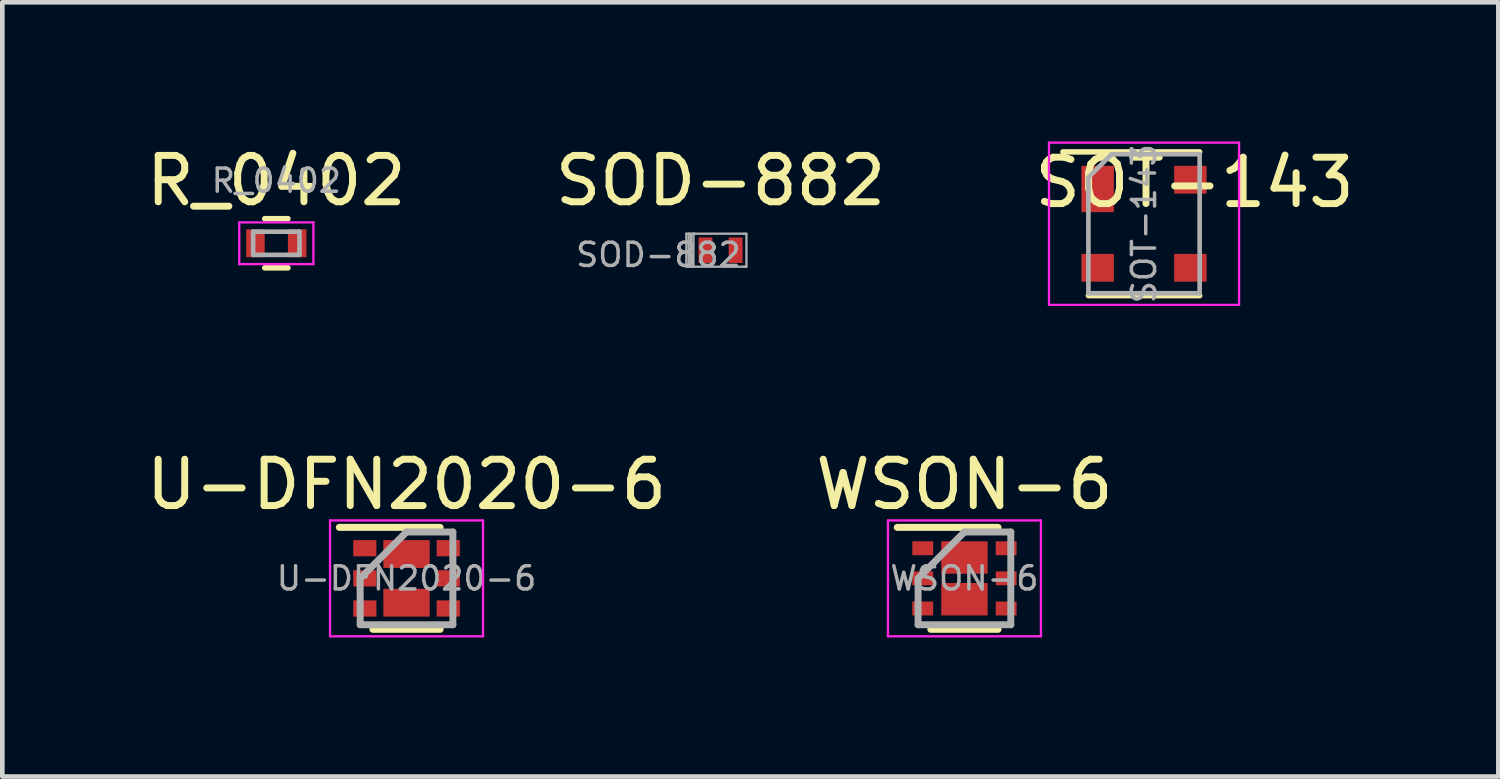
<source format=kicad_pcb>
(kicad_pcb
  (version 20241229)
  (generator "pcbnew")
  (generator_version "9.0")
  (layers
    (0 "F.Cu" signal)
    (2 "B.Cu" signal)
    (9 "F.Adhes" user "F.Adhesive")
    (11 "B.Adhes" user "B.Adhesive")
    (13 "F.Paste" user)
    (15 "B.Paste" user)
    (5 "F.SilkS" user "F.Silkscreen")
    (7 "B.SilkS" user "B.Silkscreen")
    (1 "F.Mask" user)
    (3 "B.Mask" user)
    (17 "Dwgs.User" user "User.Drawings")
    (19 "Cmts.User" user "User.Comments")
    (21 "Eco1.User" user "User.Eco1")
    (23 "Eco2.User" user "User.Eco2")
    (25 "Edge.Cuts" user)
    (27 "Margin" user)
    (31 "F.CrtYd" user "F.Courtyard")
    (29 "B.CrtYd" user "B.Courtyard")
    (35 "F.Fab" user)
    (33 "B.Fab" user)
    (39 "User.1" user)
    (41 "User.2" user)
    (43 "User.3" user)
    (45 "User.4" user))
  (footprint "SOT-143"
    (layer "F.Cu")
    (at 21.63 1.777)
    (property "Reference" "SOT-143" (at 1.09 -0.89 0) (layer "F.SilkS") (effects (font (size 1 1) (thickness 0.15))))
    (attr smd)
    (fp_line (start -1.2 1.55) (end 1.2 1.55) (stroke (width 0.12) (type solid)) (layer "F.SilkS"))
    (fp_line (start 1.2 -1.55) (end -1.75 -1.55) (stroke (width 0.12) (type solid)) (layer "F.SilkS"))
    (fp_line (start -2.05 1.75) (end -2.05 -1.75) (stroke (width 0.05) (type solid)) (layer "F.CrtYd"))
    (fp_line (start -2.05 1.75) (end 2.05 1.75) (stroke (width 0.05) (type solid)) (layer "F.CrtYd"))
    (fp_line (start 2.05 -1.75) (end -2.05 -1.75) (stroke (width 0.05) (type solid)) (layer "F.CrtYd"))
    (fp_line (start 2.05 -1.75) (end 2.05 1.75) (stroke (width 0.05) (type solid)) (layer "F.CrtYd"))
    (fp_line (start -1.2 -1) (end -0.7 -1.5) (stroke (width 0.1) (type solid)) (layer "F.Fab"))
    (fp_line (start -1.2 1.5) (end -1.2 -1) (stroke (width 0.1) (type solid)) (layer "F.Fab"))
    (fp_line (start -0.7 -1.5) (end 1.2 -1.5) (stroke (width 0.1) (type solid)) (layer "F.Fab"))
    (fp_line (start 1.2 -1.5) (end 1.2 1.5) (stroke (width 0.1) (type solid)) (layer "F.Fab"))
    (fp_line (start 1.2 1.5) (end -1.2 1.5) (stroke (width 0.1) (type solid)) (layer "F.Fab"))
    (fp_text user "${REFERENCE}" (at 0 0 90) (layer "F.Fab") (effects (font (size 0.5 0.5) (thickness 0.075))))
    (pad "1" smd rect (at -1 -0.75) (size 0.7 1) (layers "F.Cu" "F.Mask" "F.Paste"))
    (pad "2" smd rect (at -1 0.95) (size 0.7 0.6) (layers "F.Cu" "F.Mask" "F.Paste"))
    (pad "3" smd rect (at 1 0.95) (size 0.7 0.6) (layers "F.Cu" "F.Mask" "F.Paste"))
    (pad "4" smd rect (at 1 -0.95) (size 0.7 0.6) (layers "F.Cu" "F.Mask" "F.Paste")))
  (footprint "U-DFN2020-6"
    (layer "F.Cu")
    (at 5.72 9.427)
    (property "Reference" "U-DFN2020-6" (at 0 -2.025 0) (layer "F.SilkS") (effects (font (size 1 1) (thickness 0.15))))
    (attr smd)
    (fp_line (start -1.45 -1.1) (end 0.725 -1.1) (stroke (width 0.15) (type solid)) (layer "F.SilkS"))
    (fp_line (start -0.725 1.1) (end 0.725 1.1) (stroke (width 0.15) (type solid)) (layer "F.SilkS"))
    (fp_line (start -1.65 -1.25) (end -1.65 1.25) (stroke (width 0.05) (type solid)) (layer "F.CrtYd"))
    (fp_line (start -1.65 -1.25) (end 1.65 -1.25) (stroke (width 0.05) (type solid)) (layer "F.CrtYd"))
    (fp_line (start -1.65 1.25) (end 1.65 1.25) (stroke (width 0.05) (type solid)) (layer "F.CrtYd"))
    (fp_line (start 1.65 -1.25) (end 1.65 1.25) (stroke (width 0.05) (type solid)) (layer "F.CrtYd"))
    (fp_line (start -1 0) (end 0 -1) (stroke (width 0.15) (type solid)) (layer "F.Fab"))
    (fp_line (start -1 1) (end -1 0) (stroke (width 0.15) (type solid)) (layer "F.Fab"))
    (fp_line (start 0 -1) (end 1 -1) (stroke (width 0.15) (type solid)) (layer "F.Fab"))
    (fp_line (start 1 -1) (end 1 1) (stroke (width 0.15) (type solid)) (layer "F.Fab"))
    (fp_line (start 1 1) (end -1 1) (stroke (width 0.15) (type solid)) (layer "F.Fab"))
    (fp_text user "${REFERENCE}" (at 0 0 0) (layer "F.Fab") (effects (font (size 0.5 0.5) (thickness 0.075))))
    (pad "1" smd rect (at -0.9 -0.65) (size 0.5 0.35) (layers "F.Cu" "F.Mask" "F.Paste"))
    (pad "2" smd rect (at -0.9 0) (size 0.5 0.35) (layers "F.Cu" "F.Mask" "F.Paste"))
    (pad "3" smd rect (at -0.9 0.65) (size 0.5 0.35) (layers "F.Cu" "F.Mask" "F.Paste"))
    (pad "4" smd rect (at 0.9 0.65) (size 0.5 0.35) (layers "F.Cu" "F.Mask" "F.Paste"))
    (pad "5" smd rect (at 0.9 0) (size 0.5 0.35) (layers "F.Cu" "F.Mask" "F.Paste"))
    (pad "6" smd rect (at 0.9 -0.65) (size 0.5 0.35) (layers "F.Cu" "F.Mask" "F.Paste"))
    (pad "7" smd rect (at 0 -0.525) (size 1 0.6) (layers "F.Cu" "F.Mask" "F.Paste"))
    (pad "8" smd rect (at 0 0.525) (size 1 0.6) (layers "F.Cu" "F.Mask" "F.Paste")))
  (footprint "R_0402"
    (layer "F.Cu")
    (at 2.911 2.198)
    (property "Reference" "R_0402" (at 0 -1.35 0) (layer "F.SilkS") (effects (font (size 1 1) (thickness 0.15))))
    (attr smd)
    (fp_line (start -0.25 0.53) (end 0.25 0.53) (stroke (width 0.12) (type solid)) (layer "F.SilkS"))
    (fp_line (start 0.25 -0.53) (end -0.25 -0.53) (stroke (width 0.12) (type solid)) (layer "F.SilkS"))
    (fp_line (start -0.8 -0.45) (end -0.8 0.45) (stroke (width 0.05) (type solid)) (layer "F.CrtYd"))
    (fp_line (start -0.8 -0.45) (end 0.8 -0.45) (stroke (width 0.05) (type solid)) (layer "F.CrtYd"))
    (fp_line (start 0.8 0.45) (end -0.8 0.45) (stroke (width 0.05) (type solid)) (layer "F.CrtYd"))
    (fp_line (start 0.8 0.45) (end 0.8 -0.45) (stroke (width 0.05) (type solid)) (layer "F.CrtYd"))
    (fp_line (start -0.5 -0.25) (end 0.5 -0.25) (stroke (width 0.1) (type solid)) (layer "F.Fab"))
    (fp_line (start -0.5 0.25) (end -0.5 -0.25) (stroke (width 0.1) (type solid)) (layer "F.Fab"))
    (fp_line (start 0.5 -0.25) (end 0.5 0.25) (stroke (width 0.1) (type solid)) (layer "F.Fab"))
    (fp_line (start 0.5 0.25) (end -0.5 0.25) (stroke (width 0.1) (type solid)) (layer "F.Fab"))
    (fp_text user "${REFERENCE}" (at 0 -1.35 0) (layer "F.Fab") (effects (font (size 0.5 0.5) (thickness 0.075))))
    (pad "1" smd rect (at -0.45 0) (size 0.4 0.6) (layers "F.Cu" "F.Mask" "F.Paste"))
    (pad "2" smd rect (at 0.45 0) (size 0.4 0.6) (layers "F.Cu" "F.Mask" "F.Paste")))
  (footprint "WSON-6"
    (layer "F.Cu")
    (at 17.756 9.427)
    (property "Reference" "WSON-6" (at 0 -2.025 0) (layer "F.SilkS") (effects (font (size 1 1) (thickness 0.15))))
    (attr smd)
    (fp_line (start -1.45 -1.1) (end 0.725 -1.1) (stroke (width 0.15) (type solid)) (layer "F.SilkS"))
    (fp_line (start -0.725 1.1) (end 0.725 1.1) (stroke (width 0.15) (type solid)) (layer "F.SilkS"))
    (fp_line (start -1.65 -1.25) (end -1.65 1.25) (stroke (width 0.05) (type solid)) (layer "F.CrtYd"))
    (fp_line (start -1.65 -1.25) (end 1.65 -1.25) (stroke (width 0.05) (type solid)) (layer "F.CrtYd"))
    (fp_line (start -1.65 1.25) (end 1.65 1.25) (stroke (width 0.05) (type solid)) (layer "F.CrtYd"))
    (fp_line (start 1.65 -1.25) (end 1.65 1.25) (stroke (width 0.05) (type solid)) (layer "F.CrtYd"))
    (fp_line (start -1 0) (end 0 -1) (stroke (width 0.15) (type solid)) (layer "F.Fab"))
    (fp_line (start -1 1) (end -1 0) (stroke (width 0.15) (type solid)) (layer "F.Fab"))
    (fp_line (start 0 -1) (end 1 -1) (stroke (width 0.15) (type solid)) (layer "F.Fab"))
    (fp_line (start 1 -1) (end 1 1) (stroke (width 0.15) (type solid)) (layer "F.Fab"))
    (fp_line (start 1 1) (end -1 1) (stroke (width 0.15) (type solid)) (layer "F.Fab"))
    (fp_text user "${REFERENCE}" (at 0 0 0) (layer "F.Fab") (effects (font (size 0.5 0.5) (thickness 0.075))))
    (pad "1" smd rect (at -0.9 -0.65) (size 0.45 0.3) (layers "F.Cu" "F.Mask" "F.Paste"))
    (pad "2" smd rect (at -0.9 0) (size 0.45 0.3) (layers "F.Cu" "F.Mask" "F.Paste"))
    (pad "3" smd rect (at -0.9 0.65) (size 0.45 0.3) (layers "F.Cu" "F.Mask" "F.Paste"))
    (pad "4" smd rect (at 0.9 0.65) (size 0.45 0.3) (layers "F.Cu" "F.Mask" "F.Paste"))
    (pad "5" smd rect (at 0.9 0) (size 0.45 0.3) (layers "F.Cu" "F.Mask" "F.Paste"))
    (pad "6" smd rect (at 0.9 -0.65) (size 0.45 0.3) (layers "F.Cu" "F.Mask" "F.Paste"))
    (pad "7" smd rect (at 0 -0.45) (size 1 0.7) (layers "F.Cu" "F.Mask" "F.Paste"))
    (pad "7" smd rect (at 0 0.45) (size 1 0.7) (layers "F.Cu" "F.Mask" "F.Paste")))
  (footprint "SOD-882"
    (layer "F.Cu")
    (at 12.494 2.348)
    (property "Reference" "SOD-882" (at 0 -1.5 0) (layer "F.SilkS") (effects (font (size 1 1) (thickness 0.15))))
    (attr smd)
    (fp_line (start -0.737 -0.356) (end -0.686 -0.356) (stroke (width 0.05) (type solid)) (layer "F.Fab"))
    (fp_line (start -0.737 0.356) (end -0.737 -0.356) (stroke (width 0.05) (type solid)) (layer "F.Fab"))
    (fp_line (start -0.686 -0.356) (end -0.686 0.356) (stroke (width 0.05) (type solid)) (layer "F.Fab"))
    (fp_line (start -0.686 0.356) (end -0.737 0.356) (stroke (width 0.05) (type solid)) (layer "F.Fab"))
    (fp_line (start -0.686 0.356) (end -0.66 0.356) (stroke (width 0.05) (type solid)) (layer "F.Fab"))
    (fp_line (start -0.635 -0.356) (end -0.635 0.356) (stroke (width 0.05) (type solid)) (layer "F.Fab"))
    (fp_line (start -0.635 0.356) (end -0.61 0.356) (stroke (width 0.05) (type solid)) (layer "F.Fab"))
    (fp_line (start -0.584 -0.356) (end -0.686 -0.356) (stroke (width 0.05) (type solid)) (layer "F.Fab"))
    (fp_line (start -0.584 -0.356) (end -0.559 -0.356) (stroke (width 0.05) (type solid)) (layer "F.Fab"))
    (fp_line (start -0.584 0.356) (end -0.584 -0.356) (stroke (width 0.05) (type solid)) (layer "F.Fab"))
    (fp_line (start -0.559 -0.356) (end 0.508 -0.356) (stroke (width 0.05) (type solid)) (layer "F.Fab"))
    (fp_line (start 0.508 -0.356) (end 0.559 -0.356) (stroke (width 0.05) (type solid)) (layer "F.Fab"))
    (fp_line (start 0.508 0.356) (end -0.584 0.356) (stroke (width 0.05) (type solid)) (layer "F.Fab"))
    (fp_line (start 0.559 -0.356) (end 0.559 0.356) (stroke (width 0.05) (type solid)) (layer "F.Fab"))
    (fp_line (start 0.559 0.356) (end 0.508 0.356) (stroke (width 0.05) (type solid)) (layer "F.Fab"))
    (fp_text user "${REFERENCE}" (at -1.34 0.1 0) (layer "F.Fab") (effects (font (size 0.5 0.5) (thickness 0.075))))
    (pad "1" smd rect (at 0.325 0 180) (size 0.3 0.55) (layers "F.Cu" "F.Mask" "F.Paste"))
    (pad "2" smd rect (at -0.325 0 180) (size 0.3 0.55) (layers "F.Cu" "F.Mask" "F.Paste")))
  (gr_rect
    (start -3 -3)
    (end 29.274 13.702)
    (stroke (width 0.1) (type default))
    (fill no)
    (layer "Edge.Cuts")))
</source>
